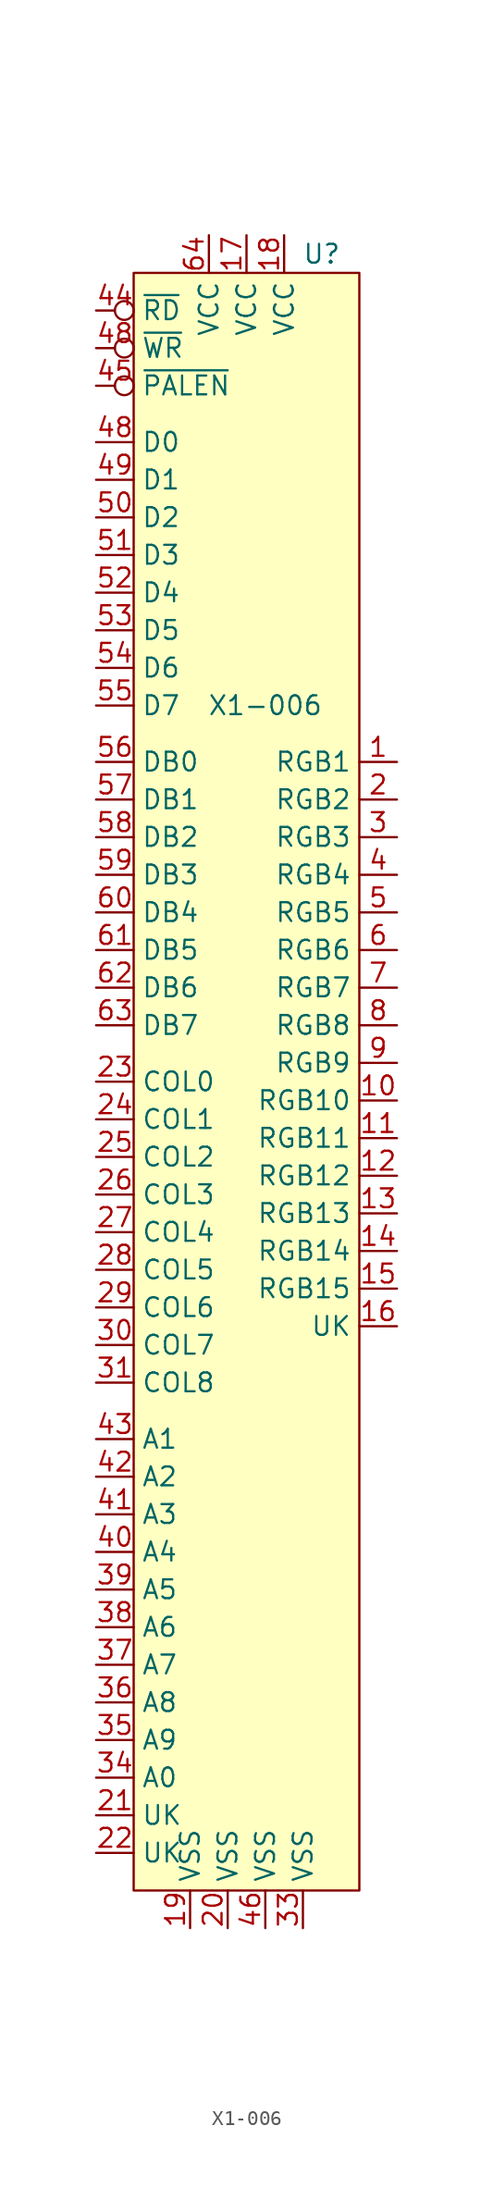
<source format=kicad_sym>
(kicad_symbol_lib
  (version 20211014)
  (generator kicad_symbol_editor)
  (symbol "X1-006"
    (property "Reference" "U"
      (at 5.08 53.34 0)
      (effects (font (size 1.27 1.27))))
    (property "Value" "X1-006"
      (at 1.27 22.86 0)
      (effects (font (size 1.27 1.27))))
    (symbol "X1-006_0_1"
      (rectangle (start -7.62 52.07) (end 7.62 -57.15) (stroke (width 0) (type default) (color 0 0 0 0)) (fill (type background))))
    (symbol "X1-006_1_1"
      (pin output line (at 10.16 19.05 180) (length 2.54) (name "RGB1" (effects (font (size 1.27 1.27)))) (number "1" (effects (font (size 1.27 1.27)))))
      (pin output line (at 10.16 -3.81 180) (length 2.54) (name "RGB10" (effects (font (size 1.27 1.27)))) (number "10" (effects (font (size 1.27 1.27)))))
      (pin output line (at 10.16 -6.35 180) (length 2.54) (name "RGB11" (effects (font (size 1.27 1.27)))) (number "11" (effects (font (size 1.27 1.27)))))
      (pin output line (at 10.16 -8.89 180) (length 2.54) (name "RGB12" (effects (font (size 1.27 1.27)))) (number "12" (effects (font (size 1.27 1.27)))))
      (pin output line (at 10.16 -11.43 180) (length 2.54) (name "RGB13" (effects (font (size 1.27 1.27)))) (number "13" (effects (font (size 1.27 1.27)))))
      (pin output line (at 10.16 -13.97 180) (length 2.54) (name "RGB14" (effects (font (size 1.27 1.27)))) (number "14" (effects (font (size 1.27 1.27)))))
      (pin output line (at 10.16 -16.51 180) (length 2.54) (name "RGB15" (effects (font (size 1.27 1.27)))) (number "15" (effects (font (size 1.27 1.27)))))
      (pin output line (at 10.16 -19.05 180) (length 2.54) (name "UK" (effects (font (size 1.27 1.27)))) (number "16" (effects (font (size 1.27 1.27)))))
      (pin input line (at 0 54.61 270) (length 2.54) (name "VCC" (effects (font (size 1.27 1.27)))) (number "17" (effects (font (size 1.27 1.27)))))
      (pin input line (at 2.54 54.61 270) (length 2.54) (name "VCC" (effects (font (size 1.27 1.27)))) (number "18" (effects (font (size 1.27 1.27)))))
      (pin input line (at -3.81 -59.69 90) (length 2.54) (name "VSS" (effects (font (size 1.27 1.27)))) (number "19" (effects (font (size 1.27 1.27)))))
      (pin output line (at 10.16 16.51 180) (length 2.54) (name "RGB2" (effects (font (size 1.27 1.27)))) (number "2" (effects (font (size 1.27 1.27)))))
      (pin input line (at -1.27 -59.69 90) (length 2.54) (name "VSS" (effects (font (size 1.27 1.27)))) (number "20" (effects (font (size 1.27 1.27)))))
      (pin input line (at -10.16 -52.07 0) (length 2.54) (name "UK" (effects (font (size 1.27 1.27)))) (number "21" (effects (font (size 1.27 1.27)))))
      (pin input line (at -10.16 -54.61 0) (length 2.54) (name "UK" (effects (font (size 1.27 1.27)))) (number "22" (effects (font (size 1.27 1.27)))))
      (pin input line (at -10.16 -2.54 0) (length 2.54) (name "COL0" (effects (font (size 1.27 1.27)))) (number "23" (effects (font (size 1.27 1.27)))))
      (pin input line (at -10.16 -5.08 0) (length 2.54) (name "COL1" (effects (font (size 1.27 1.27)))) (number "24" (effects (font (size 1.27 1.27)))))
      (pin input line (at -10.16 -7.62 0) (length 2.54) (name "COL2" (effects (font (size 1.27 1.27)))) (number "25" (effects (font (size 1.27 1.27)))))
      (pin input line (at -10.16 -10.16 0) (length 2.54) (name "COL3" (effects (font (size 1.27 1.27)))) (number "26" (effects (font (size 1.27 1.27)))))
      (pin input line (at -10.16 -12.7 0) (length 2.54) (name "COL4" (effects (font (size 1.27 1.27)))) (number "27" (effects (font (size 1.27 1.27)))))
      (pin input line (at -10.16 -15.24 0) (length 2.54) (name "COL5" (effects (font (size 1.27 1.27)))) (number "28" (effects (font (size 1.27 1.27)))))
      (pin input line (at -10.16 -17.78 0) (length 2.54) (name "COL6" (effects (font (size 1.27 1.27)))) (number "29" (effects (font (size 1.27 1.27)))))
      (pin output line (at 10.16 13.97 180) (length 2.54) (name "RGB3" (effects (font (size 1.27 1.27)))) (number "3" (effects (font (size 1.27 1.27)))))
      (pin input line (at -10.16 -20.32 0) (length 2.54) (name "COL7" (effects (font (size 1.27 1.27)))) (number "30" (effects (font (size 1.27 1.27)))))
      (pin input line (at -10.16 -22.86 0) (length 2.54) (name "COL8" (effects (font (size 1.27 1.27)))) (number "31" (effects (font (size 1.27 1.27)))))
      (pin input line (at 3.81 -59.69 90) (length 2.54) (name "VSS" (effects (font (size 1.27 1.27)))) (number "33" (effects (font (size 1.27 1.27)))))
      (pin input line (at -10.16 -49.53 0) (length 2.54) (name "A0" (effects (font (size 1.27 1.27)))) (number "34" (effects (font (size 1.27 1.27)))))
      (pin input line (at -10.16 -46.99 0) (length 2.54) (name "A9" (effects (font (size 1.27 1.27)))) (number "35" (effects (font (size 1.27 1.27)))))
      (pin input line (at -10.16 -44.45 0) (length 2.54) (name "A8" (effects (font (size 1.27 1.27)))) (number "36" (effects (font (size 1.27 1.27)))))
      (pin input line (at -10.16 -41.91 0) (length 2.54) (name "A7" (effects (font (size 1.27 1.27)))) (number "37" (effects (font (size 1.27 1.27)))))
      (pin input line (at -10.16 -39.37 0) (length 2.54) (name "A6" (effects (font (size 1.27 1.27)))) (number "38" (effects (font (size 1.27 1.27)))))
      (pin input line (at -10.16 -36.83 0) (length 2.54) (name "A5" (effects (font (size 1.27 1.27)))) (number "39" (effects (font (size 1.27 1.27)))))
      (pin output line (at 10.16 11.43 180) (length 2.54) (name "RGB4" (effects (font (size 1.27 1.27)))) (number "4" (effects (font (size 1.27 1.27)))))
      (pin input line (at -10.16 -34.29 0) (length 2.54) (name "A4" (effects (font (size 1.27 1.27)))) (number "40" (effects (font (size 1.27 1.27)))))
      (pin input line (at -10.16 -31.75 0) (length 2.54) (name "A3" (effects (font (size 1.27 1.27)))) (number "41" (effects (font (size 1.27 1.27)))))
      (pin input line (at -10.16 -29.21 0) (length 2.54) (name "A2" (effects (font (size 1.27 1.27)))) (number "42" (effects (font (size 1.27 1.27)))))
      (pin input line (at -10.16 -26.67 0) (length 2.54) (name "A1" (effects (font (size 1.27 1.27)))) (number "43" (effects (font (size 1.27 1.27)))))
      (pin input inverted (at -10.16 49.53 0) (length 2.54) (name "~{RD}" (effects (font (size 1.27 1.27)))) (number "44" (effects (font (size 1.27 1.27)))))
      (pin input inverted (at -10.16 44.45 0) (length 2.54) (name "~{PALEN}" (effects (font (size 1.27 1.27)))) (number "45" (effects (font (size 1.27 1.27)))))
      (pin input line (at 1.27 -59.69 90) (length 2.54) (name "VSS" (effects (font (size 1.27 1.27)))) (number "46" (effects (font (size 1.27 1.27)))))
      (pin input line (at -10.16 40.64 0) (length 2.54) (name "D0" (effects (font (size 1.27 1.27)))) (number "48" (effects (font (size 1.27 1.27)))))
      (pin input inverted (at -10.16 46.99 0) (length 2.54) (name "~{WR}" (effects (font (size 1.27 1.27)))) (number "48" (effects (font (size 1.27 1.27)))))
      (pin input line (at -10.16 38.1 0) (length 2.54) (name "D1" (effects (font (size 1.27 1.27)))) (number "49" (effects (font (size 1.27 1.27)))))
      (pin output line (at 10.16 8.89 180) (length 2.54) (name "RGB5" (effects (font (size 1.27 1.27)))) (number "5" (effects (font (size 1.27 1.27)))))
      (pin input line (at -10.16 35.56 0) (length 2.54) (name "D2" (effects (font (size 1.27 1.27)))) (number "50" (effects (font (size 1.27 1.27)))))
      (pin input line (at -10.16 33.02 0) (length 2.54) (name "D3" (effects (font (size 1.27 1.27)))) (number "51" (effects (font (size 1.27 1.27)))))
      (pin input line (at -10.16 30.48 0) (length 2.54) (name "D4" (effects (font (size 1.27 1.27)))) (number "52" (effects (font (size 1.27 1.27)))))
      (pin input line (at -10.16 27.94 0) (length 2.54) (name "D5" (effects (font (size 1.27 1.27)))) (number "53" (effects (font (size 1.27 1.27)))))
      (pin input line (at -10.16 25.4 0) (length 2.54) (name "D6" (effects (font (size 1.27 1.27)))) (number "54" (effects (font (size 1.27 1.27)))))
      (pin input line (at -10.16 22.86 0) (length 2.54) (name "D7" (effects (font (size 1.27 1.27)))) (number "55" (effects (font (size 1.27 1.27)))))
      (pin input line (at -10.16 19.05 0) (length 2.54) (name "DB0" (effects (font (size 1.27 1.27)))) (number "56" (effects (font (size 1.27 1.27)))))
      (pin input line (at -10.16 16.51 0) (length 2.54) (name "DB1" (effects (font (size 1.27 1.27)))) (number "57" (effects (font (size 1.27 1.27)))))
      (pin input line (at -10.16 13.97 0) (length 2.54) (name "DB2" (effects (font (size 1.27 1.27)))) (number "58" (effects (font (size 1.27 1.27)))))
      (pin input line (at -10.16 11.43 0) (length 2.54) (name "DB3" (effects (font (size 1.27 1.27)))) (number "59" (effects (font (size 1.27 1.27)))))
      (pin output line (at 10.16 6.35 180) (length 2.54) (name "RGB6" (effects (font (size 1.27 1.27)))) (number "6" (effects (font (size 1.27 1.27)))))
      (pin input line (at -10.16 8.89 0) (length 2.54) (name "DB4" (effects (font (size 1.27 1.27)))) (number "60" (effects (font (size 1.27 1.27)))))
      (pin input line (at -10.16 6.35 0) (length 2.54) (name "DB5" (effects (font (size 1.27 1.27)))) (number "61" (effects (font (size 1.27 1.27)))))
      (pin input line (at -10.16 3.81 0) (length 2.54) (name "DB6" (effects (font (size 1.27 1.27)))) (number "62" (effects (font (size 1.27 1.27)))))
      (pin input line (at -10.16 1.27 0) (length 2.54) (name "DB7" (effects (font (size 1.27 1.27)))) (number "63" (effects (font (size 1.27 1.27)))))
      (pin input line (at -2.54 54.61 270) (length 2.54) (name "VCC" (effects (font (size 1.27 1.27)))) (number "64" (effects (font (size 1.27 1.27)))))
      (pin output line (at 10.16 3.81 180) (length 2.54) (name "RGB7" (effects (font (size 1.27 1.27)))) (number "7" (effects (font (size 1.27 1.27)))))
      (pin output line (at 10.16 1.27 180) (length 2.54) (name "RGB8" (effects (font (size 1.27 1.27)))) (number "8" (effects (font (size 1.27 1.27)))))
      (pin output line (at 10.16 -1.27 180) (length 2.54) (name "RGB9" (effects (font (size 1.27 1.27)))) (number "9" (effects (font (size 1.27 1.27))))))))
</source>
